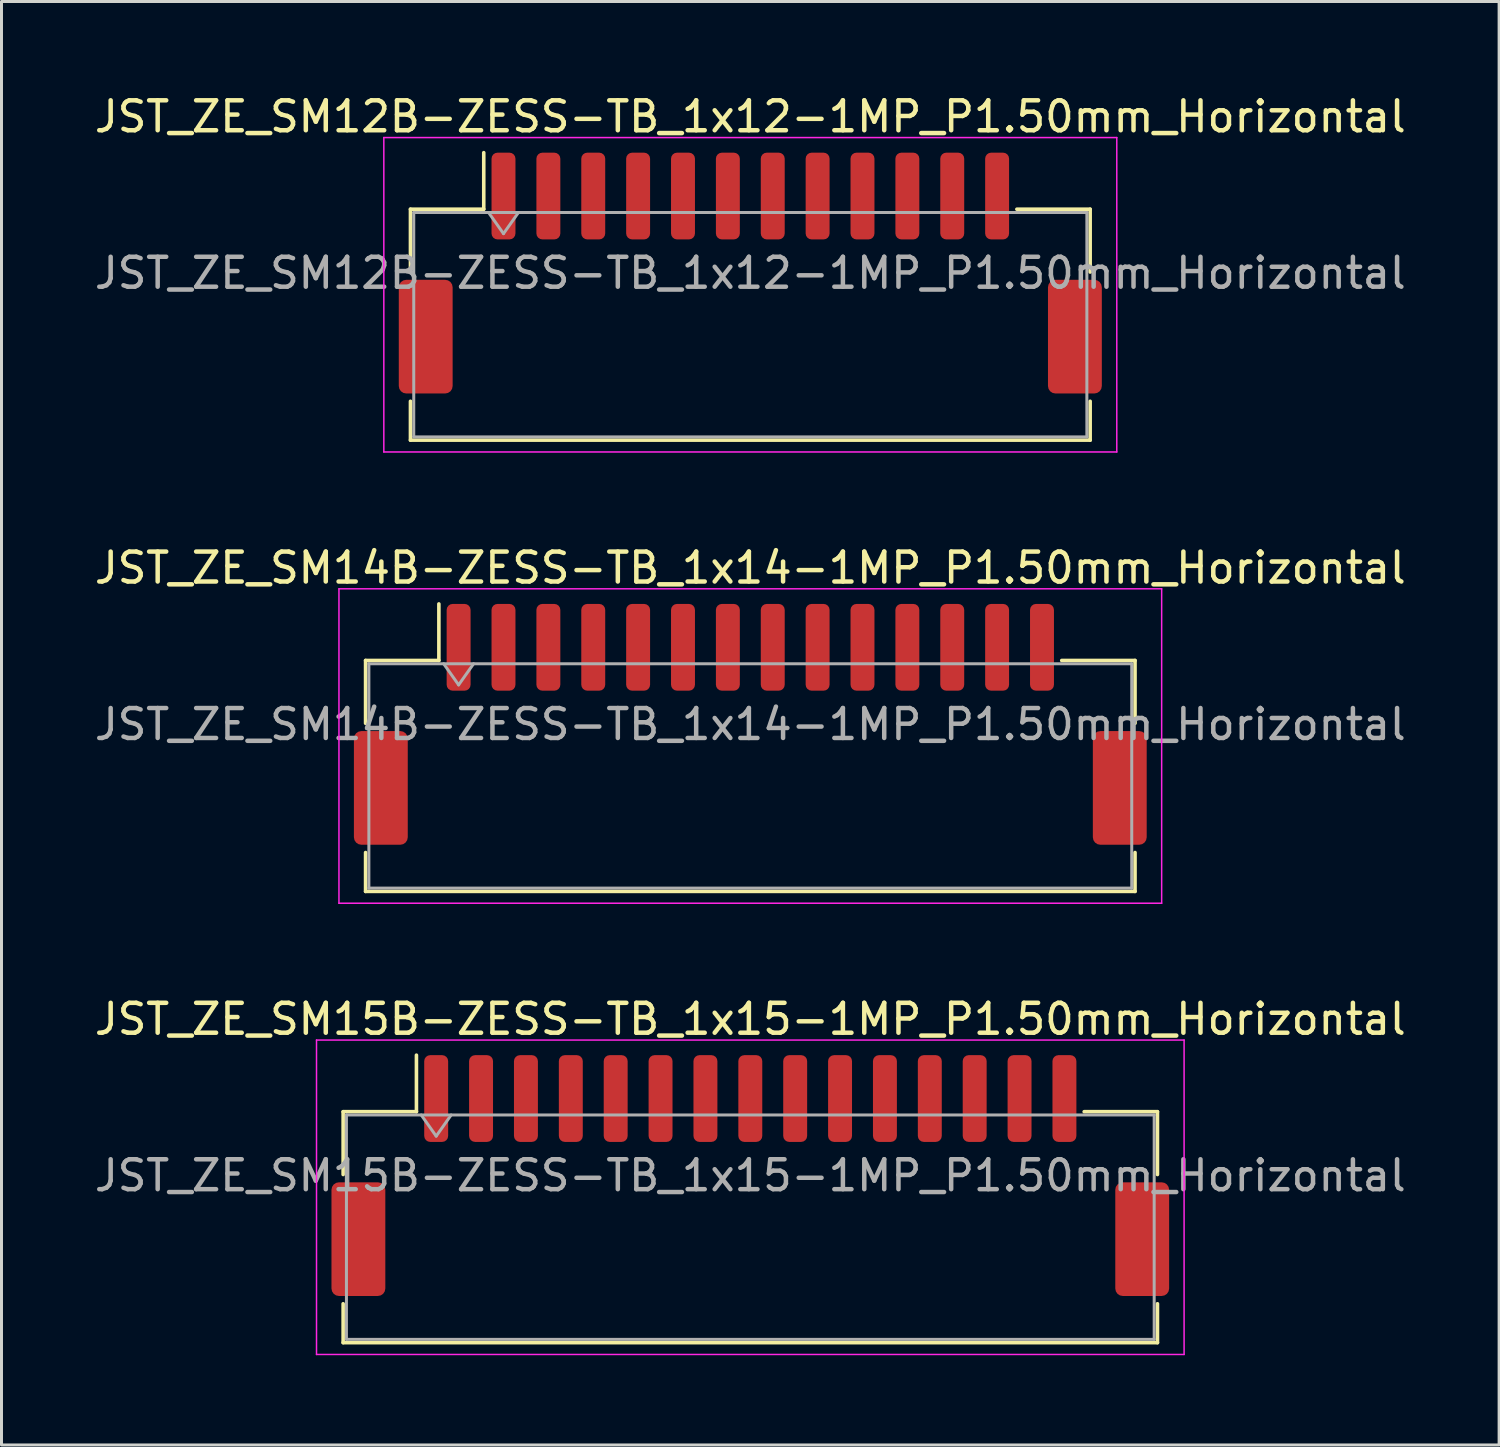
<source format=kicad_pcb>
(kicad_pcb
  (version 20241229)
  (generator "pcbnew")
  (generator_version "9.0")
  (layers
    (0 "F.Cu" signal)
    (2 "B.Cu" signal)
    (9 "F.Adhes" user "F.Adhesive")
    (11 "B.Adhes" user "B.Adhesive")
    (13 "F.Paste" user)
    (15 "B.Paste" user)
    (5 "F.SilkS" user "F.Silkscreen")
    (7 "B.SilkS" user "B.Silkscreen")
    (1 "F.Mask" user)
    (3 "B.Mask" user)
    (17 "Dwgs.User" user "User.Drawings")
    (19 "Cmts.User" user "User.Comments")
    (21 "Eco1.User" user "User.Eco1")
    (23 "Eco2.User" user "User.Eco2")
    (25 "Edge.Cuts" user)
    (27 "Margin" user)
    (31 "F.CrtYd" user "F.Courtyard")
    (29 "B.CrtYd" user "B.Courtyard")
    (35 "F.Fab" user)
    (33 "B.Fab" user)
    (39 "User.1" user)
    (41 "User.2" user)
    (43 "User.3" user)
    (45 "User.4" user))
  (footprint "JST_ZE_SM15B-ZESS-TB_1x15-1MP_P1.50mm_Horizontal"
    (layer "F.Cu")
    (at 22.03 36.245)
    (property "Reference" "JST_ZE_SM15B-ZESS-TB_1x15-1MP_P1.50mm_Horizontal" (at 0 -5.23 0) (layer "F.SilkS") (effects (font (size 1 1) (thickness 0.15))))
    (attr smd)
    (fp_line (start -13.61 -2.135) (end -11.16 -2.135) (stroke (width 0.12) (type solid)) (layer "F.SilkS"))
    (fp_line (start -13.61 -0.035) (end -13.61 -2.135) (stroke (width 0.12) (type solid)) (layer "F.SilkS"))
    (fp_line (start -13.61 4.285) (end -13.61 5.585) (stroke (width 0.12) (type solid)) (layer "F.SilkS"))
    (fp_line (start -13.61 5.585) (end 13.61 5.585) (stroke (width 0.12) (type solid)) (layer "F.SilkS"))
    (fp_line (start -11.16 -2.135) (end -11.16 -4.025) (stroke (width 0.12) (type solid)) (layer "F.SilkS"))
    (fp_line (start 13.61 -2.135) (end 11.16 -2.135) (stroke (width 0.12) (type solid)) (layer "F.SilkS"))
    (fp_line (start 13.61 -0.035) (end 13.61 -2.135) (stroke (width 0.12) (type solid)) (layer "F.SilkS"))
    (fp_line (start 13.61 5.585) (end 13.61 4.285) (stroke (width 0.12) (type solid)) (layer "F.SilkS"))
    (fp_line (start -14.5 -4.53) (end -14.5 5.98) (stroke (width 0.05) (type solid)) (layer "F.CrtYd"))
    (fp_line (start -14.5 5.98) (end 14.5 5.98) (stroke (width 0.05) (type solid)) (layer "F.CrtYd"))
    (fp_line (start 14.5 -4.53) (end -14.5 -4.53) (stroke (width 0.05) (type solid)) (layer "F.CrtYd"))
    (fp_line (start 14.5 5.98) (end 14.5 -4.53) (stroke (width 0.05) (type solid)) (layer "F.CrtYd"))
    (fp_line (start -13.5 -2.025) (end -13.5 5.475) (stroke (width 0.1) (type solid)) (layer "F.Fab"))
    (fp_line (start -13.5 -2.025) (end 13.5 -2.025) (stroke (width 0.1) (type solid)) (layer "F.Fab"))
    (fp_line (start -13.5 5.475) (end 13.5 5.475) (stroke (width 0.1) (type solid)) (layer "F.Fab"))
    (fp_line (start -11 -2.025) (end -10.5 -1.318) (stroke (width 0.1) (type solid)) (layer "F.Fab"))
    (fp_line (start -10.5 -1.318) (end -10 -2.025) (stroke (width 0.1) (type solid)) (layer "F.Fab"))
    (fp_line (start 13.5 -2.025) (end 13.5 5.475) (stroke (width 0.1) (type solid)) (layer "F.Fab"))
    (fp_text user "${REFERENCE}" (at 0 0 0) (layer "F.Fab") (effects (font (size 1 1) (thickness 0.15))))
    (pad "1" smd roundrect (at -10.5 -2.575) (size 0.8 2.9) (layers "F.Cu" "F.Mask" "F.Paste") (roundrect_rratio 0.25))
    (pad "2" smd roundrect (at -9 -2.575) (size 0.8 2.9) (layers "F.Cu" "F.Mask" "F.Paste") (roundrect_rratio 0.25))
    (pad "3" smd roundrect (at -7.5 -2.575) (size 0.8 2.9) (layers "F.Cu" "F.Mask" "F.Paste") (roundrect_rratio 0.25))
    (pad "4" smd roundrect (at -6 -2.575) (size 0.8 2.9) (layers "F.Cu" "F.Mask" "F.Paste") (roundrect_rratio 0.25))
    (pad "5" smd roundrect (at -4.5 -2.575) (size 0.8 2.9) (layers "F.Cu" "F.Mask" "F.Paste") (roundrect_rratio 0.25))
    (pad "6" smd roundrect (at -3 -2.575) (size 0.8 2.9) (layers "F.Cu" "F.Mask" "F.Paste") (roundrect_rratio 0.25))
    (pad "7" smd roundrect (at -1.5 -2.575) (size 0.8 2.9) (layers "F.Cu" "F.Mask" "F.Paste") (roundrect_rratio 0.25))
    (pad "8" smd roundrect (at 0 -2.575) (size 0.8 2.9) (layers "F.Cu" "F.Mask" "F.Paste") (roundrect_rratio 0.25))
    (pad "9" smd roundrect (at 1.5 -2.575) (size 0.8 2.9) (layers "F.Cu" "F.Mask" "F.Paste") (roundrect_rratio 0.25))
    (pad "10" smd roundrect (at 3 -2.575) (size 0.8 2.9) (layers "F.Cu" "F.Mask" "F.Paste") (roundrect_rratio 0.25))
    (pad "11" smd roundrect (at 4.5 -2.575) (size 0.8 2.9) (layers "F.Cu" "F.Mask" "F.Paste") (roundrect_rratio 0.25))
    (pad "12" smd roundrect (at 6 -2.575) (size 0.8 2.9) (layers "F.Cu" "F.Mask" "F.Paste") (roundrect_rratio 0.25))
    (pad "13" smd roundrect (at 7.5 -2.575) (size 0.8 2.9) (layers "F.Cu" "F.Mask" "F.Paste") (roundrect_rratio 0.25))
    (pad "14" smd roundrect (at 9 -2.575) (size 0.8 2.9) (layers "F.Cu" "F.Mask" "F.Paste") (roundrect_rratio 0.25))
    (pad "15" smd roundrect (at 10.5 -2.575) (size 0.8 2.9) (layers "F.Cu" "F.Mask" "F.Paste") (roundrect_rratio 0.25))
    (pad "MP" smd roundrect (at -13.1 2.125) (size 1.8 3.8) (layers "F.Cu" "F.Mask" "F.Paste") (roundrect_rratio 0.139))
    (pad "MP" smd roundrect (at 13.1 2.125) (size 1.8 3.8) (layers "F.Cu" "F.Mask" "F.Paste") (roundrect_rratio 0.139)))
  (footprint "JST_ZE_SM14B-ZESS-TB_1x14-1MP_P1.50mm_Horizontal"
    (layer "F.Cu")
    (at 22.03 21.162)
    (property "Reference" "JST_ZE_SM14B-ZESS-TB_1x14-1MP_P1.50mm_Horizontal" (at 0 -5.23 0) (layer "F.SilkS") (effects (font (size 1 1) (thickness 0.15))))
    (attr smd)
    (fp_line (start -12.86 -2.135) (end -10.41 -2.135) (stroke (width 0.12) (type solid)) (layer "F.SilkS"))
    (fp_line (start -12.86 -0.035) (end -12.86 -2.135) (stroke (width 0.12) (type solid)) (layer "F.SilkS"))
    (fp_line (start -12.86 4.285) (end -12.86 5.585) (stroke (width 0.12) (type solid)) (layer "F.SilkS"))
    (fp_line (start -12.86 5.585) (end 12.86 5.585) (stroke (width 0.12) (type solid)) (layer "F.SilkS"))
    (fp_line (start -10.41 -2.135) (end -10.41 -4.025) (stroke (width 0.12) (type solid)) (layer "F.SilkS"))
    (fp_line (start 12.86 -2.135) (end 10.41 -2.135) (stroke (width 0.12) (type solid)) (layer "F.SilkS"))
    (fp_line (start 12.86 -0.035) (end 12.86 -2.135) (stroke (width 0.12) (type solid)) (layer "F.SilkS"))
    (fp_line (start 12.86 5.585) (end 12.86 4.285) (stroke (width 0.12) (type solid)) (layer "F.SilkS"))
    (fp_line (start -13.75 -4.53) (end -13.75 5.98) (stroke (width 0.05) (type solid)) (layer "F.CrtYd"))
    (fp_line (start -13.75 5.98) (end 13.75 5.98) (stroke (width 0.05) (type solid)) (layer "F.CrtYd"))
    (fp_line (start 13.75 -4.53) (end -13.75 -4.53) (stroke (width 0.05) (type solid)) (layer "F.CrtYd"))
    (fp_line (start 13.75 5.98) (end 13.75 -4.53) (stroke (width 0.05) (type solid)) (layer "F.CrtYd"))
    (fp_line (start -12.75 -2.025) (end -12.75 5.475) (stroke (width 0.1) (type solid)) (layer "F.Fab"))
    (fp_line (start -12.75 -2.025) (end 12.75 -2.025) (stroke (width 0.1) (type solid)) (layer "F.Fab"))
    (fp_line (start -12.75 5.475) (end 12.75 5.475) (stroke (width 0.1) (type solid)) (layer "F.Fab"))
    (fp_line (start -10.25 -2.025) (end -9.75 -1.318) (stroke (width 0.1) (type solid)) (layer "F.Fab"))
    (fp_line (start -9.75 -1.318) (end -9.25 -2.025) (stroke (width 0.1) (type solid)) (layer "F.Fab"))
    (fp_line (start 12.75 -2.025) (end 12.75 5.475) (stroke (width 0.1) (type solid)) (layer "F.Fab"))
    (fp_text user "${REFERENCE}" (at 0 0 0) (layer "F.Fab") (effects (font (size 1 1) (thickness 0.15))))
    (pad "1" smd roundrect (at -9.75 -2.575) (size 0.8 2.9) (layers "F.Cu" "F.Mask" "F.Paste") (roundrect_rratio 0.25))
    (pad "2" smd roundrect (at -8.25 -2.575) (size 0.8 2.9) (layers "F.Cu" "F.Mask" "F.Paste") (roundrect_rratio 0.25))
    (pad "3" smd roundrect (at -6.75 -2.575) (size 0.8 2.9) (layers "F.Cu" "F.Mask" "F.Paste") (roundrect_rratio 0.25))
    (pad "4" smd roundrect (at -5.25 -2.575) (size 0.8 2.9) (layers "F.Cu" "F.Mask" "F.Paste") (roundrect_rratio 0.25))
    (pad "5" smd roundrect (at -3.75 -2.575) (size 0.8 2.9) (layers "F.Cu" "F.Mask" "F.Paste") (roundrect_rratio 0.25))
    (pad "6" smd roundrect (at -2.25 -2.575) (size 0.8 2.9) (layers "F.Cu" "F.Mask" "F.Paste") (roundrect_rratio 0.25))
    (pad "7" smd roundrect (at -0.75 -2.575) (size 0.8 2.9) (layers "F.Cu" "F.Mask" "F.Paste") (roundrect_rratio 0.25))
    (pad "8" smd roundrect (at 0.75 -2.575) (size 0.8 2.9) (layers "F.Cu" "F.Mask" "F.Paste") (roundrect_rratio 0.25))
    (pad "9" smd roundrect (at 2.25 -2.575) (size 0.8 2.9) (layers "F.Cu" "F.Mask" "F.Paste") (roundrect_rratio 0.25))
    (pad "10" smd roundrect (at 3.75 -2.575) (size 0.8 2.9) (layers "F.Cu" "F.Mask" "F.Paste") (roundrect_rratio 0.25))
    (pad "11" smd roundrect (at 5.25 -2.575) (size 0.8 2.9) (layers "F.Cu" "F.Mask" "F.Paste") (roundrect_rratio 0.25))
    (pad "12" smd roundrect (at 6.75 -2.575) (size 0.8 2.9) (layers "F.Cu" "F.Mask" "F.Paste") (roundrect_rratio 0.25))
    (pad "13" smd roundrect (at 8.25 -2.575) (size 0.8 2.9) (layers "F.Cu" "F.Mask" "F.Paste") (roundrect_rratio 0.25))
    (pad "14" smd roundrect (at 9.75 -2.575) (size 0.8 2.9) (layers "F.Cu" "F.Mask" "F.Paste") (roundrect_rratio 0.25))
    (pad "MP" smd roundrect (at -12.35 2.125) (size 1.8 3.8) (layers "F.Cu" "F.Mask" "F.Paste") (roundrect_rratio 0.139))
    (pad "MP" smd roundrect (at 12.35 2.125) (size 1.8 3.8) (layers "F.Cu" "F.Mask" "F.Paste") (roundrect_rratio 0.139)))
  (footprint "JST_ZE_SM12B-ZESS-TB_1x12-1MP_P1.50mm_Horizontal"
    (layer "F.Cu")
    (at 22.03 6.078)
    (property "Reference" "JST_ZE_SM12B-ZESS-TB_1x12-1MP_P1.50mm_Horizontal" (at 0 -5.23 0) (layer "F.SilkS") (effects (font (size 1 1) (thickness 0.15))))
    (attr smd)
    (fp_line (start -11.36 -2.135) (end -8.91 -2.135) (stroke (width 0.12) (type solid)) (layer "F.SilkS"))
    (fp_line (start -11.36 -0.035) (end -11.36 -2.135) (stroke (width 0.12) (type solid)) (layer "F.SilkS"))
    (fp_line (start -11.36 4.285) (end -11.36 5.585) (stroke (width 0.12) (type solid)) (layer "F.SilkS"))
    (fp_line (start -11.36 5.585) (end 11.36 5.585) (stroke (width 0.12) (type solid)) (layer "F.SilkS"))
    (fp_line (start -8.91 -2.135) (end -8.91 -4.025) (stroke (width 0.12) (type solid)) (layer "F.SilkS"))
    (fp_line (start 11.36 -2.135) (end 8.91 -2.135) (stroke (width 0.12) (type solid)) (layer "F.SilkS"))
    (fp_line (start 11.36 -0.035) (end 11.36 -2.135) (stroke (width 0.12) (type solid)) (layer "F.SilkS"))
    (fp_line (start 11.36 5.585) (end 11.36 4.285) (stroke (width 0.12) (type solid)) (layer "F.SilkS"))
    (fp_line (start -12.25 -4.53) (end -12.25 5.98) (stroke (width 0.05) (type solid)) (layer "F.CrtYd"))
    (fp_line (start -12.25 5.98) (end 12.25 5.98) (stroke (width 0.05) (type solid)) (layer "F.CrtYd"))
    (fp_line (start 12.25 -4.53) (end -12.25 -4.53) (stroke (width 0.05) (type solid)) (layer "F.CrtYd"))
    (fp_line (start 12.25 5.98) (end 12.25 -4.53) (stroke (width 0.05) (type solid)) (layer "F.CrtYd"))
    (fp_line (start -11.25 -2.025) (end -11.25 5.475) (stroke (width 0.1) (type solid)) (layer "F.Fab"))
    (fp_line (start -11.25 -2.025) (end 11.25 -2.025) (stroke (width 0.1) (type solid)) (layer "F.Fab"))
    (fp_line (start -11.25 5.475) (end 11.25 5.475) (stroke (width 0.1) (type solid)) (layer "F.Fab"))
    (fp_line (start -8.75 -2.025) (end -8.25 -1.318) (stroke (width 0.1) (type solid)) (layer "F.Fab"))
    (fp_line (start -8.25 -1.318) (end -7.75 -2.025) (stroke (width 0.1) (type solid)) (layer "F.Fab"))
    (fp_line (start 11.25 -2.025) (end 11.25 5.475) (stroke (width 0.1) (type solid)) (layer "F.Fab"))
    (fp_text user "${REFERENCE}" (at 0 0 0) (layer "F.Fab") (effects (font (size 1 1) (thickness 0.15))))
    (pad "1" smd roundrect (at -8.25 -2.575) (size 0.8 2.9) (layers "F.Cu" "F.Mask" "F.Paste") (roundrect_rratio 0.25))
    (pad "2" smd roundrect (at -6.75 -2.575) (size 0.8 2.9) (layers "F.Cu" "F.Mask" "F.Paste") (roundrect_rratio 0.25))
    (pad "3" smd roundrect (at -5.25 -2.575) (size 0.8 2.9) (layers "F.Cu" "F.Mask" "F.Paste") (roundrect_rratio 0.25))
    (pad "4" smd roundrect (at -3.75 -2.575) (size 0.8 2.9) (layers "F.Cu" "F.Mask" "F.Paste") (roundrect_rratio 0.25))
    (pad "5" smd roundrect (at -2.25 -2.575) (size 0.8 2.9) (layers "F.Cu" "F.Mask" "F.Paste") (roundrect_rratio 0.25))
    (pad "6" smd roundrect (at -0.75 -2.575) (size 0.8 2.9) (layers "F.Cu" "F.Mask" "F.Paste") (roundrect_rratio 0.25))
    (pad "7" smd roundrect (at 0.75 -2.575) (size 0.8 2.9) (layers "F.Cu" "F.Mask" "F.Paste") (roundrect_rratio 0.25))
    (pad "8" smd roundrect (at 2.25 -2.575) (size 0.8 2.9) (layers "F.Cu" "F.Mask" "F.Paste") (roundrect_rratio 0.25))
    (pad "9" smd roundrect (at 3.75 -2.575) (size 0.8 2.9) (layers "F.Cu" "F.Mask" "F.Paste") (roundrect_rratio 0.25))
    (pad "10" smd roundrect (at 5.25 -2.575) (size 0.8 2.9) (layers "F.Cu" "F.Mask" "F.Paste") (roundrect_rratio 0.25))
    (pad "11" smd roundrect (at 6.75 -2.575) (size 0.8 2.9) (layers "F.Cu" "F.Mask" "F.Paste") (roundrect_rratio 0.25))
    (pad "12" smd roundrect (at 8.25 -2.575) (size 0.8 2.9) (layers "F.Cu" "F.Mask" "F.Paste") (roundrect_rratio 0.25))
    (pad "MP" smd roundrect (at -10.85 2.125) (size 1.8 3.8) (layers "F.Cu" "F.Mask" "F.Paste") (roundrect_rratio 0.139))
    (pad "MP" smd roundrect (at 10.85 2.125) (size 1.8 3.8) (layers "F.Cu" "F.Mask" "F.Paste") (roundrect_rratio 0.139)))
  (gr_rect
    (start -3 -3)
    (end 47.06 45.25)
    (stroke (width 0.1) (type default))
    (fill no)
    (layer "Edge.Cuts")))
</source>
